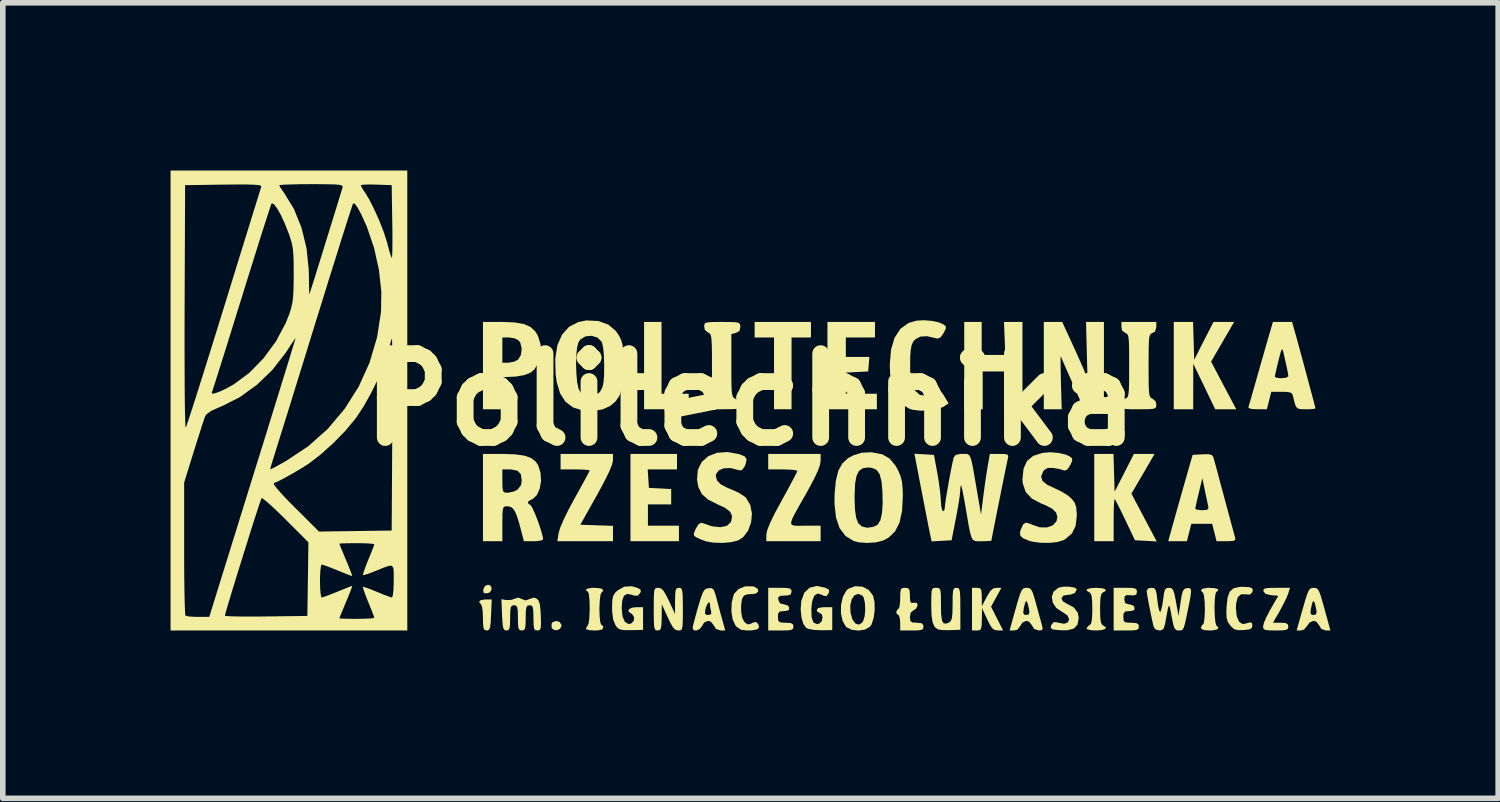
<source format=kicad_pcb>
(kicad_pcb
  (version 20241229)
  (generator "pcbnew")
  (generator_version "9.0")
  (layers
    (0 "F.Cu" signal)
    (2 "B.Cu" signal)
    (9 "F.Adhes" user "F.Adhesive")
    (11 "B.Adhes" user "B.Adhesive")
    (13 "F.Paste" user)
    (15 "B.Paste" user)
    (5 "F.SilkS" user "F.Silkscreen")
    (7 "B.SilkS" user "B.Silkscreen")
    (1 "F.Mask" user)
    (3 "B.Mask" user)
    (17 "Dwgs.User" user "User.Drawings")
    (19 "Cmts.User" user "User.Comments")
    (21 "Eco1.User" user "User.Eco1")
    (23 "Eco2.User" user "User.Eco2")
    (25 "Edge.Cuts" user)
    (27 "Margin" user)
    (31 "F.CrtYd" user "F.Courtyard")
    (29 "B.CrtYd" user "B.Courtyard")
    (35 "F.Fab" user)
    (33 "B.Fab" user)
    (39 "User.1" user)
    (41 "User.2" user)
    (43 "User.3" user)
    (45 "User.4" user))
  (footprint "Politechnika"
    (layer "F.Cu")
    (at 10.375 4.095)
    (property "Reference" "Politechnika" (at 0 0 0) (layer "F.SilkS") (effects (font (size 1.5 1.5) (thickness 0.3))))
    (attr board_only exclude_from_pos_files exclude_from_bom)
    (fp_poly (pts (xy -4.651 3.329) (xy -4.632 3.383) (xy -4.661 3.445) (xy -4.713 3.464) (xy -4.773 3.461) (xy -4.785 3.416) (xy -4.783 3.395) (xy -4.752 3.333) (xy -4.699 3.311)) (stroke (width 0) (type solid)) (fill yes) (layer "F.SilkS"))
    (fp_poly (pts (xy -3.418 3.977) (xy -3.384 4.033) (xy -3.383 4.043) (xy -3.41 4.1) (xy -3.47 4.125) (xy -3.532 4.113) (xy -3.561 4.077) (xy -3.562 4.01) (xy -3.548 3.985) (xy -3.483 3.958)) (stroke (width 0) (type solid)) (fill yes) (layer "F.SilkS"))
    (fp_poly (pts (xy -1.596 -0.746) (xy -1.596 -0.104) (xy -1.353 -0.104) (xy -1.11 -0.104) (xy -1.11 0.035) (xy -1.11 0.173) (xy -1.509 0.173) (xy -1.908 0.173) (xy -1.908 -0.607) (xy -1.908 -1.388) (xy -1.752 -1.388) (xy -1.596 -1.388)) (stroke (width 0) (type solid)) (fill yes) (layer "F.SilkS"))
    (fp_poly (pts (xy 1.076 -1.249) (xy 1.076 -1.11) (xy 0.902 -1.11) (xy 0.729 -1.11) (xy 0.729 -0.468) (xy 0.729 0.173) (xy 0.573 0.173) (xy 0.416 0.173) (xy 0.416 -0.468) (xy 0.416 -1.11) (xy 0.243 -1.11) (xy 0.069 -1.11) (xy 0.069 -1.249) (xy 0.069 -1.388) (xy 0.573 -1.388) (xy 1.076 -1.388)) (stroke (width 0) (type solid)) (fill yes) (layer "F.SilkS"))
    (fp_poly (pts (xy -4.644 3.852) (xy -4.651 3.99) (xy -4.662 4.074) (xy -4.68 4.115) (xy -4.709 4.129) (xy -4.722 4.129) (xy -4.758 4.121) (xy -4.778 4.088) (xy -4.787 4.013) (xy -4.789 3.906) (xy -4.794 3.787) (xy -4.807 3.698) (xy -4.823 3.661) (xy -4.859 3.62) (xy -4.832 3.588) (xy -4.753 3.574) (xy -4.745 3.574) (xy -4.632 3.574)) (stroke (width 0) (type solid)) (fill yes) (layer "F.SilkS"))
    (fp_poly (pts (xy -1.319 1.11) (xy -1.319 1.249) (xy -1.581 1.249) (xy -1.843 1.249) (xy -1.832 1.414) (xy -1.822 1.579) (xy -1.622 1.589) (xy -1.423 1.6) (xy -1.423 1.737) (xy -1.423 1.874) (xy -1.631 1.874) (xy -1.839 1.874) (xy -1.839 2.065) (xy -1.839 2.255) (xy -1.561 2.255) (xy -1.284 2.255) (xy -1.284 2.394) (xy -1.284 2.533) (xy -1.718 2.533) (xy -2.151 2.533) (xy -2.151 1.752) (xy -2.151 0.972) (xy -1.735 0.972) (xy -1.319 0.972)) (stroke (width 0) (type solid)) (fill yes) (layer "F.SilkS"))
    (fp_poly (pts (xy 1.796 -1.388) (xy 2.221 -1.388) (xy 2.221 -1.249) (xy 2.221 -1.11) (xy 1.961 -1.11) (xy 1.7 -1.11) (xy 1.7 -0.937) (xy 1.7 -0.763) (xy 1.911 -0.763) (xy 2.121 -0.763) (xy 2.11 -0.633) (xy 2.099 -0.503) (xy 1.9 -0.493) (xy 1.7 -0.482) (xy 1.7 -0.293) (xy 1.7 -0.104) (xy 1.978 -0.104) (xy 2.255 -0.104) (xy 2.255 0.035) (xy 2.255 0.173) (xy 1.813 0.173) (xy 1.371 0.173) (xy 1.371 -0.607) (xy 1.371 -1.388)) (stroke (width 0) (type solid)) (fill yes) (layer "F.SilkS"))
    (fp_poly (pts (xy 4.693 -1.388) (xy 4.858 -1.388) (xy 4.858 -0.607) (xy 4.858 0.173) (xy 4.693 0.174) (xy 4.528 0.174) (xy 4.528 -0.165) (xy 4.528 -0.503) (xy 4.337 -0.503) (xy 4.147 -0.503) (xy 4.147 -0.165) (xy 4.147 0.174) (xy 3.982 0.174) (xy 3.817 0.173) (xy 3.817 -0.607) (xy 3.817 -1.388) (xy 3.973 -1.388) (xy 4.129 -1.388) (xy 4.129 -1.093) (xy 4.129 -0.798) (xy 4.34 -0.798) (xy 4.551 -0.798) (xy 4.54 -1.093) (xy 4.528 -1.388)) (stroke (width 0) (type solid)) (fill yes) (layer "F.SilkS"))
    (fp_poly (pts (xy 7.919 -1.05) (xy 7.929 -0.711) (xy 8.101 -1.05) (xy 8.274 -1.388) (xy 8.459 -1.388) (xy 8.643 -1.388) (xy 8.548 -1.223) (xy 8.474 -1.097) (xy 8.39 -0.951) (xy 8.341 -0.868) (xy 8.231 -0.678) (xy 8.456 -0.252) (xy 8.681 0.173) (xy 8.493 0.173) (xy 8.305 0.173) (xy 8.109 -0.234) (xy 7.912 -0.642) (xy 7.912 -0.234) (xy 7.911 0.173) (xy 7.738 0.173) (xy 7.564 0.173) (xy 7.564 -0.607) (xy 7.564 -1.388) (xy 7.737 -1.388) (xy 7.909 -1.388)) (stroke (width 0) (type solid)) (fill yes) (layer "F.SilkS"))
    (fp_poly (pts (xy 4.095 3.372) (xy 4.121 3.403) (xy 4.13 3.476) (xy 4.131 3.531) (xy 4.132 3.695) (xy 4.218 3.531) (xy 4.279 3.429) (xy 4.332 3.379) (xy 4.392 3.366) (xy 4.481 3.366) (xy 4.389 3.535) (xy 4.297 3.703) (xy 4.404 3.916) (xy 4.512 4.129) (xy 4.416 4.128) (xy 4.358 4.119) (xy 4.312 4.083) (xy 4.265 4.005) (xy 4.228 3.929) (xy 4.135 3.73) (xy 4.132 3.93) (xy 4.128 4.042) (xy 4.116 4.102) (xy 4.089 4.125) (xy 4.042 4.129) (xy 3.956 4.129) (xy 3.956 3.748) (xy 3.956 3.366) (xy 4.042 3.366)) (stroke (width 0) (type solid)) (fill yes) (layer "F.SilkS"))
    (fp_poly (pts (xy 6.496 1.31) (xy 6.506 1.648) (xy 6.679 1.31) (xy 6.851 0.972) (xy 7.036 0.972) (xy 7.22 0.972) (xy 7.125 1.136) (xy 7.052 1.263) (xy 6.967 1.408) (xy 6.918 1.492) (xy 6.807 1.683) (xy 7.033 2.11) (xy 7.259 2.537) (xy 7.065 2.526) (xy 6.87 2.516) (xy 6.699 2.157) (xy 6.63 2.013) (xy 6.57 1.892) (xy 6.527 1.81) (xy 6.509 1.778) (xy 6.501 1.802) (xy 6.494 1.883) (xy 6.49 2.007) (xy 6.489 2.146) (xy 6.489 2.533) (xy 6.315 2.533) (xy 6.142 2.533) (xy 6.142 1.752) (xy 6.142 0.972) (xy 6.314 0.972) (xy 6.486 0.972)) (stroke (width 0) (type solid)) (fill yes) (layer "F.SilkS"))
    (fp_poly (pts (xy 0.068 3.348) (xy 0.128 3.388) (xy 0.131 3.436) (xy 0.087 3.471) (xy 0.022 3.477) (xy -0.067 3.483) (xy -0.124 3.507) (xy -0.158 3.571) (xy -0.173 3.676) (xy -0.172 3.795) (xy -0.153 3.902) (xy -0.119 3.971) (xy -0.067 4.016) (xy -0.022 4.018) (xy 0.036 3.99) (xy 0.095 3.976) (xy 0.137 4.021) (xy 0.149 4.077) (xy 0.111 4.111) (xy 0.014 4.127) (xy -0.07 4.129) (xy -0.179 4.115) (xy -0.256 4.061) (xy -0.275 4.038) (xy -0.324 3.931) (xy -0.347 3.787) (xy -0.341 3.633) (xy -0.307 3.496) (xy -0.295 3.47) (xy -0.216 3.386) (xy -0.099 3.34) (xy 0.033 3.339)) (stroke (width 0) (type solid)) (fill yes) (layer "F.SilkS"))
    (fp_poly (pts (xy 6.315 -0.605) (xy 6.315 0.177) (xy 6.134 0.167) (xy 5.953 0.156) (xy 5.753 -0.295) (xy 5.68 -0.459) (xy 5.618 -0.6) (xy 5.572 -0.707) (xy 5.546 -0.767) (xy 5.543 -0.774) (xy 5.54 -0.752) (xy 5.54 -0.672) (xy 5.541 -0.546) (xy 5.545 -0.384) (xy 5.546 -0.315) (xy 5.56 0.173) (xy 5.4 0.173) (xy 5.24 0.173) (xy 5.24 -0.607) (xy 5.24 -1.388) (xy 5.404 -1.388) (xy 5.569 -1.388) (xy 5.733 -1.032) (xy 5.807 -0.871) (xy 5.876 -0.717) (xy 5.932 -0.59) (xy 5.959 -0.527) (xy 6.021 -0.378) (xy 6.008 -0.883) (xy 5.995 -1.388) (xy 6.155 -1.388) (xy 6.315 -1.388)) (stroke (width 0) (type solid)) (fill yes) (layer "F.SilkS"))
    (fp_poly (pts (xy 9.613 3.461) (xy 9.582 3.54) (xy 9.527 3.653) (xy 9.462 3.774) (xy 9.338 3.99) (xy 9.475 3.99) (xy 9.565 3.996) (xy 9.604 4.021) (xy 9.612 4.06) (xy 9.605 4.097) (xy 9.573 4.118) (xy 9.502 4.127) (xy 9.386 4.129) (xy 9.265 4.127) (xy 9.197 4.118) (xy 9.167 4.096) (xy 9.161 4.057) (xy 9.161 4.055) (xy 9.177 3.99) (xy 9.222 3.886) (xy 9.285 3.765) (xy 9.297 3.744) (xy 9.433 3.508) (xy 9.306 3.498) (xy 9.207 3.476) (xy 9.168 3.429) (xy 9.167 3.427) (xy 9.169 3.395) (xy 9.2 3.376) (xy 9.272 3.368) (xy 9.399 3.366) (xy 9.642 3.366)) (stroke (width 0) (type solid)) (fill yes) (layer "F.SilkS"))
    (fp_poly (pts (xy -2.464 1.084) (xy -2.481 1.165) (xy -2.534 1.294) (xy -2.624 1.475) (xy -2.751 1.71) (xy -2.756 1.718) (xy -3.048 2.238) (xy -2.756 2.248) (xy -2.464 2.258) (xy -2.464 2.396) (xy -2.464 2.533) (xy -2.961 2.533) (xy -3.459 2.533) (xy -3.436 2.386) (xy -3.409 2.294) (xy -3.35 2.155) (xy -3.265 1.981) (xy -3.159 1.782) (xy -3.147 1.761) (xy -3.056 1.597) (xy -2.978 1.455) (xy -2.92 1.346) (xy -2.886 1.281) (xy -2.88 1.266) (xy -2.912 1.258) (xy -2.996 1.252) (xy -3.116 1.249) (xy -3.14 1.249) (xy -3.401 1.249) (xy -3.401 1.11) (xy -3.401 0.972) (xy -2.932 0.972) (xy -2.464 0.972)) (stroke (width 0) (type solid)) (fill yes) (layer "F.SilkS"))
    (fp_poly (pts (xy 6.285 3.374) (xy 6.343 3.394) (xy 6.344 3.422) (xy 6.298 3.448) (xy 6.27 3.475) (xy 6.254 3.54) (xy 6.247 3.654) (xy 6.246 3.743) (xy 6.249 3.89) (xy 6.26 3.98) (xy 6.281 4.026) (xy 6.298 4.038) (xy 6.349 4.071) (xy 6.339 4.101) (xy 6.274 4.122) (xy 6.177 4.129) (xy 6.077 4.123) (xy 6.014 4.106) (xy 6.003 4.093) (xy 6.031 4.051) (xy 6.055 4.038) (xy 6.083 4.01) (xy 6.099 3.946) (xy 6.106 3.831) (xy 6.107 3.743) (xy 6.104 3.596) (xy 6.093 3.505) (xy 6.072 3.459) (xy 6.055 3.448) (xy 6.004 3.416) (xy 6.016 3.389) (xy 6.085 3.371) (xy 6.177 3.366)) (stroke (width 0) (type solid)) (fill yes) (layer "F.SilkS"))
    (fp_poly (pts (xy 8.3 3.373) (xy 8.355 3.39) (xy 8.363 3.401) (xy 8.336 3.434) (xy 8.328 3.435) (xy 8.311 3.468) (xy 8.299 3.557) (xy 8.293 3.692) (xy 8.293 3.728) (xy 8.297 3.864) (xy 8.307 3.972) (xy 8.322 4.035) (xy 8.328 4.042) (xy 8.364 4.082) (xy 8.337 4.112) (xy 8.253 4.128) (xy 8.206 4.129) (xy 8.104 4.122) (xy 8.057 4.099) (xy 8.05 4.077) (xy 8.069 4.031) (xy 8.085 4.025) (xy 8.102 3.993) (xy 8.114 3.904) (xy 8.12 3.773) (xy 8.12 3.75) (xy 8.116 3.618) (xy 8.105 3.514) (xy 8.089 3.457) (xy 8.085 3.453) (xy 8.049 3.413) (xy 8.076 3.383) (xy 8.16 3.367) (xy 8.206 3.366)) (stroke (width 0) (type solid)) (fill yes) (layer "F.SilkS"))
    (fp_poly (pts (xy 8.909 3.354) (xy 8.966 3.374) (xy 8.976 3.416) (xy 8.967 3.447) (xy 8.925 3.487) (xy 8.862 3.483) (xy 8.768 3.481) (xy 8.708 3.534) (xy 8.679 3.645) (xy 8.675 3.732) (xy 8.69 3.875) (xy 8.731 3.972) (xy 8.793 4.014) (xy 8.844 4.007) (xy 8.926 3.983) (xy 8.962 3.996) (xy 8.97 4.042) (xy 8.958 4.086) (xy 8.913 4.11) (xy 8.816 4.122) (xy 8.809 4.122) (xy 8.703 4.123) (xy 8.636 4.101) (xy 8.58 4.046) (xy 8.571 4.036) (xy 8.529 3.972) (xy 8.508 3.9) (xy 8.504 3.799) (xy 8.508 3.704) (xy 8.526 3.54) (xy 8.565 3.434) (xy 8.633 3.374) (xy 8.739 3.35) (xy 8.795 3.348)) (stroke (width 0) (type solid)) (fill yes) (layer "F.SilkS"))
    (fp_poly (pts (xy -2.689 3.375) (xy -2.639 3.4) (xy -2.65 3.436) (xy -2.672 3.453) (xy -2.688 3.495) (xy -2.7 3.589) (xy -2.706 3.715) (xy -2.707 3.75) (xy -2.702 3.886) (xy -2.691 3.982) (xy -2.675 4.024) (xy -2.672 4.025) (xy -2.641 4.053) (xy -2.637 4.077) (xy -2.658 4.111) (xy -2.727 4.127) (xy -2.793 4.129) (xy -2.886 4.123) (xy -2.942 4.106) (xy -2.949 4.097) (xy -2.924 4.05) (xy -2.915 4.042) (xy -2.899 4) (xy -2.887 3.906) (xy -2.881 3.778) (xy -2.88 3.728) (xy -2.884 3.585) (xy -2.895 3.484) (xy -2.91 3.437) (xy -2.915 3.435) (xy -2.948 3.409) (xy -2.949 3.401) (xy -2.918 3.38) (xy -2.84 3.367) (xy -2.793 3.366)) (stroke (width 0) (type solid)) (fill yes) (layer "F.SilkS"))
    (fp_poly (pts (xy 0.637 3.368) (xy 0.7 3.38) (xy 0.725 3.405) (xy 0.729 3.435) (xy 0.715 3.483) (xy 0.663 3.502) (xy 0.605 3.505) (xy 0.523 3.51) (xy 0.492 3.535) (xy 0.492 3.582) (xy 0.523 3.644) (xy 0.589 3.66) (xy 0.665 3.683) (xy 0.687 3.722) (xy 0.68 3.765) (xy 0.625 3.781) (xy 0.592 3.782) (xy 0.518 3.79) (xy 0.489 3.829) (xy 0.486 3.886) (xy 0.491 3.953) (xy 0.521 3.983) (xy 0.595 3.99) (xy 0.625 3.99) (xy 0.715 3.996) (xy 0.756 4.02) (xy 0.763 4.06) (xy 0.756 4.097) (xy 0.725 4.118) (xy 0.654 4.127) (xy 0.538 4.129) (xy 0.312 4.129) (xy 0.312 3.748) (xy 0.312 3.366) (xy 0.52 3.366)) (stroke (width 0) (type solid)) (fill yes) (layer "F.SilkS"))
    (fp_poly (pts (xy 6.813 3.368) (xy 6.876 3.379) (xy 6.901 3.404) (xy 6.905 3.438) (xy 6.894 3.487) (xy 6.847 3.502) (xy 6.792 3.499) (xy 6.715 3.497) (xy 6.684 3.524) (xy 6.68 3.573) (xy 6.694 3.639) (xy 6.752 3.66) (xy 6.766 3.66) (xy 6.841 3.683) (xy 6.864 3.722) (xy 6.856 3.765) (xy 6.801 3.781) (xy 6.769 3.782) (xy 6.694 3.79) (xy 6.666 3.829) (xy 6.662 3.886) (xy 6.668 3.953) (xy 6.697 3.983) (xy 6.771 3.99) (xy 6.801 3.99) (xy 6.892 3.996) (xy 6.932 4.02) (xy 6.94 4.06) (xy 6.933 4.097) (xy 6.902 4.118) (xy 6.831 4.127) (xy 6.714 4.129) (xy 6.489 4.129) (xy 6.489 3.748) (xy 6.489 3.366) (xy 6.697 3.366)) (stroke (width 0) (type solid)) (fill yes) (layer "F.SilkS"))
    (fp_poly (pts (xy -4.45 -1.388) (xy -4.228 -1.38) (xy -4.062 -1.352) (xy -3.942 -1.301) (xy -3.855 -1.221) (xy -3.808 -1.145) (xy -3.758 -0.986) (xy -3.755 -0.819) (xy -3.794 -0.663) (xy -3.871 -0.537) (xy -3.942 -0.479) (xy -4.049 -0.438) (xy -4.19 -0.413) (xy -4.246 -0.409) (xy -4.442 -0.401) (xy -4.442 -0.114) (xy -4.442 0.173) (xy -4.615 0.173) (xy -4.789 0.173) (xy -4.789 -0.607) (xy -4.789 -0.885) (xy -4.442 -0.885) (xy -4.442 -0.659) (xy -4.331 -0.659) (xy -4.232 -0.677) (xy -4.158 -0.717) (xy -4.109 -0.801) (xy -4.096 -0.912) (xy -4.121 -1.016) (xy -4.149 -1.056) (xy -4.22 -1.094) (xy -4.318 -1.11) (xy -4.323 -1.11) (xy -4.442 -1.11) (xy -4.442 -0.885) (xy -4.789 -0.885) (xy -4.789 -1.388)) (stroke (width 0) (type solid)) (fill yes) (layer "F.SilkS"))
    (fp_poly (pts (xy 1.331 3.364) (xy 1.335 3.366) (xy 1.397 3.398) (xy 1.402 3.44) (xy 1.388 3.469) (xy 1.351 3.517) (xy 1.301 3.507) (xy 1.283 3.496) (xy 1.198 3.468) (xy 1.136 3.506) (xy 1.097 3.609) (xy 1.083 3.737) (xy 1.088 3.892) (xy 1.12 3.985) (xy 1.182 4.015) (xy 1.227 4.005) (xy 1.269 3.962) (xy 1.283 3.897) (xy 1.27 3.839) (xy 1.232 3.817) (xy 1.186 3.789) (xy 1.18 3.765) (xy 1.203 3.729) (xy 1.279 3.714) (xy 1.319 3.713) (xy 1.457 3.713) (xy 1.457 3.917) (xy 1.457 4.122) (xy 1.255 4.125) (xy 1.128 4.119) (xy 1.029 4.1) (xy 0.991 4.083) (xy 0.939 4.009) (xy 0.905 3.889) (xy 0.892 3.745) (xy 0.904 3.601) (xy 0.957 3.455) (xy 1.049 3.365) (xy 1.176 3.333)) (stroke (width 0) (type solid)) (fill yes) (layer "F.SilkS"))
    (fp_poly (pts (xy 1.994 3.345) (xy 2.108 3.403) (xy 2.187 3.506) (xy 2.188 3.509) (xy 2.213 3.622) (xy 2.216 3.762) (xy 2.198 3.902) (xy 2.162 4.016) (xy 2.135 4.059) (xy 2.046 4.112) (xy 1.926 4.131) (xy 1.804 4.117) (xy 1.708 4.068) (xy 1.704 4.064) (xy 1.642 3.96) (xy 1.612 3.821) (xy 1.614 3.686) (xy 1.779 3.686) (xy 1.784 3.811) (xy 1.817 3.929) (xy 1.87 4.003) (xy 1.931 4.025) (xy 1.991 3.989) (xy 2.011 3.958) (xy 2.037 3.871) (xy 2.047 3.755) (xy 2.041 3.638) (xy 2.02 3.544) (xy 1.997 3.506) (xy 1.92 3.473) (xy 1.854 3.5) (xy 1.804 3.574) (xy 1.779 3.686) (xy 1.614 3.686) (xy 1.615 3.669) (xy 1.647 3.527) (xy 1.708 3.417) (xy 1.744 3.384) (xy 1.866 3.337)) (stroke (width 0) (type solid)) (fill yes) (layer "F.SilkS"))
    (fp_poly (pts (xy 5.771 3.358) (xy 5.823 3.381) (xy 5.829 3.393) (xy 5.797 3.458) (xy 5.713 3.489) (xy 5.674 3.49) (xy 5.587 3.507) (xy 5.555 3.553) (xy 5.581 3.608) (xy 5.645 3.646) (xy 5.777 3.718) (xy 5.848 3.812) (xy 5.864 3.907) (xy 5.843 4.023) (xy 5.777 4.095) (xy 5.658 4.125) (xy 5.593 4.126) (xy 5.486 4.121) (xy 5.406 4.111) (xy 5.387 4.106) (xy 5.362 4.073) (xy 5.379 4.023) (xy 5.419 3.979) (xy 5.482 3.984) (xy 5.5 3.991) (xy 5.605 4.009) (xy 5.671 3.983) (xy 5.692 3.928) (xy 5.664 3.863) (xy 5.58 3.802) (xy 5.568 3.797) (xy 5.462 3.726) (xy 5.4 3.631) (xy 5.383 3.528) (xy 5.414 3.435) (xy 5.496 3.368) (xy 5.509 3.362) (xy 5.589 3.346) (xy 5.684 3.346)) (stroke (width 0) (type solid)) (fill yes) (layer "F.SilkS"))
    (fp_poly (pts (xy 10.106 3.37) (xy 10.137 3.389) (xy 10.165 3.436) (xy 10.196 3.521) (xy 10.235 3.657) (xy 10.26 3.748) (xy 10.365 4.129) (xy 10.282 4.129) (xy 10.203 4.101) (xy 10.167 4.042) (xy 10.114 3.972) (xy 10.063 3.956) (xy 9.993 3.987) (xy 9.952 4.042) (xy 9.892 4.114) (xy 9.837 4.129) (xy 9.76 4.129) (xy 9.849 3.816) (xy 10.008 3.816) (xy 10.028 3.847) (xy 10.063 3.852) (xy 10.107 3.841) (xy 10.118 3.798) (xy 10.109 3.739) (xy 10.086 3.641) (xy 10.066 3.605) (xy 10.05 3.612) (xy 10.036 3.652) (xy 10.018 3.732) (xy 10.017 3.739) (xy 10.008 3.816) (xy 9.849 3.816) (xy 9.868 3.748) (xy 9.916 3.583) (xy 9.951 3.474) (xy 9.981 3.409) (xy 10.01 3.377) (xy 10.045 3.367) (xy 10.066 3.366)) (stroke (width 0) (type solid)) (fill yes) (layer "F.SilkS"))
    (fp_poly (pts (xy -2.032 3.365) (xy -1.971 3.397) (xy -1.967 3.436) (xy -1.982 3.464) (xy -2.023 3.507) (xy -2.079 3.506) (xy -2.121 3.492) (xy -2.211 3.475) (xy -2.269 3.509) (xy -2.299 3.598) (xy -2.308 3.731) (xy -2.293 3.878) (xy -2.252 3.974) (xy -2.189 4.013) (xy -2.14 4.005) (xy -2.093 3.958) (xy -2.086 3.891) (xy -2.121 3.836) (xy -2.134 3.829) (xy -2.187 3.791) (xy -2.181 3.751) (xy -2.124 3.721) (xy -2.056 3.713) (xy -1.926 3.713) (xy -1.926 3.916) (xy -1.926 4.119) (xy -2.143 4.123) (xy -2.265 4.122) (xy -2.338 4.111) (xy -2.384 4.081) (xy -2.42 4.034) (xy -2.462 3.929) (xy -2.48 3.774) (xy -2.48 3.719) (xy -2.477 3.593) (xy -2.462 3.514) (xy -2.429 3.458) (xy -2.383 3.414) (xy -2.262 3.345) (xy -2.128 3.338)) (stroke (width 0) (type solid)) (fill yes) (layer "F.SilkS"))
    (fp_poly (pts (xy 1.249 1.096) (xy 1.237 1.172) (xy 1.198 1.278) (xy 1.13 1.423) (xy 1.027 1.614) (xy 0.991 1.679) (xy 0.876 1.881) (xy 0.793 2.03) (xy 0.741 2.133) (xy 0.72 2.2) (xy 0.73 2.237) (xy 0.771 2.253) (xy 0.842 2.257) (xy 0.942 2.256) (xy 0.968 2.255) (xy 1.249 2.255) (xy 1.249 2.394) (xy 1.249 2.533) (xy 0.763 2.533) (xy 0.278 2.533) (xy 0.278 2.417) (xy 0.294 2.336) (xy 0.343 2.211) (xy 0.428 2.036) (xy 0.551 1.809) (xy 0.555 1.801) (xy 0.648 1.632) (xy 0.727 1.485) (xy 0.788 1.369) (xy 0.825 1.296) (xy 0.833 1.275) (xy 0.801 1.263) (xy 0.717 1.254) (xy 0.597 1.249) (xy 0.573 1.249) (xy 0.312 1.249) (xy 0.312 1.11) (xy 0.312 0.972) (xy 0.781 0.972) (xy 1.249 0.972)) (stroke (width 0) (type solid)) (fill yes) (layer "F.SilkS"))
    (fp_poly (pts (xy 2.814 3.373) (xy 2.839 3.408) (xy 2.845 3.489) (xy 2.845 3.509) (xy 2.849 3.598) (xy 2.868 3.635) (xy 2.909 3.635) (xy 2.915 3.633) (xy 2.97 3.635) (xy 2.984 3.679) (xy 2.955 3.74) (xy 2.915 3.765) (xy 2.859 3.81) (xy 2.845 3.889) (xy 2.852 3.957) (xy 2.887 3.985) (xy 2.967 3.99) (xy 3.051 3.998) (xy 3.084 4.029) (xy 3.088 4.06) (xy 3.081 4.099) (xy 3.047 4.12) (xy 2.972 4.128) (xy 2.88 4.129) (xy 2.672 4.129) (xy 2.672 3.99) (xy 2.664 3.904) (xy 2.645 3.855) (xy 2.637 3.852) (xy 2.606 3.824) (xy 2.602 3.8) (xy 2.621 3.753) (xy 2.637 3.748) (xy 2.656 3.716) (xy 2.669 3.635) (xy 2.672 3.557) (xy 2.674 3.447) (xy 2.686 3.39) (xy 2.715 3.369) (xy 2.759 3.366)) (stroke (width 0) (type solid)) (fill yes) (layer "F.SilkS"))
    (fp_poly (pts (xy -0.696 3.373) (xy -0.66 3.405) (xy -0.632 3.484) (xy -0.624 3.511) (xy -0.594 3.625) (xy -0.555 3.772) (xy -0.521 3.895) (xy -0.456 4.129) (xy -0.541 4.129) (xy -0.621 4.102) (xy -0.659 4.042) (xy -0.712 3.972) (xy -0.763 3.956) (xy -0.834 3.988) (xy -0.867 4.042) (xy -0.909 4.099) (xy -0.968 4.129) (xy -1.019 4.126) (xy -1.04 4.086) (xy -1.031 4.036) (xy -1.005 3.936) (xy -0.975 3.825) (xy -0.82 3.825) (xy -0.792 3.85) (xy -0.76 3.852) (xy -0.707 3.837) (xy -0.708 3.797) (xy -0.725 3.716) (xy -0.729 3.668) (xy -0.739 3.623) (xy -0.763 3.634) (xy -0.792 3.691) (xy -0.812 3.756) (xy -0.82 3.825) (xy -0.975 3.825) (xy -0.969 3.802) (xy -0.943 3.713) (xy -0.898 3.561) (xy -0.863 3.464) (xy -0.831 3.408) (xy -0.797 3.382) (xy -0.755 3.372)) (stroke (width 0) (type solid)) (fill yes) (layer "F.SilkS"))
    (fp_poly (pts (xy 3.709 3.37) (xy 3.729 3.392) (xy 3.74 3.442) (xy 3.746 3.534) (xy 3.747 3.679) (xy 3.748 3.741) (xy 3.748 4.117) (xy 3.541 4.123) (xy 3.42 4.122) (xy 3.346 4.109) (xy 3.3 4.076) (xy 3.281 4.052) (xy 3.251 3.98) (xy 3.233 3.865) (xy 3.227 3.694) (xy 3.227 3.67) (xy 3.228 3.525) (xy 3.233 3.435) (xy 3.245 3.388) (xy 3.27 3.369) (xy 3.31 3.366) (xy 3.314 3.366) (xy 3.355 3.368) (xy 3.381 3.385) (xy 3.394 3.429) (xy 3.4 3.514) (xy 3.401 3.653) (xy 3.401 3.675) (xy 3.404 3.841) (xy 3.418 3.946) (xy 3.446 3.999) (xy 3.492 4.007) (xy 3.548 3.985) (xy 3.578 3.958) (xy 3.597 3.906) (xy 3.606 3.815) (xy 3.609 3.67) (xy 3.609 3.66) (xy 3.61 3.517) (xy 3.616 3.429) (xy 3.63 3.384) (xy 3.655 3.368) (xy 3.678 3.366)) (stroke (width 0) (type solid)) (fill yes) (layer "F.SilkS"))
    (fp_poly (pts (xy 4.979 3.371) (xy 5.013 3.396) (xy 5.042 3.453) (xy 5.075 3.557) (xy 5.097 3.635) (xy 5.136 3.779) (xy 5.173 3.912) (xy 5.2 4.008) (xy 5.202 4.016) (xy 5.22 4.093) (xy 5.205 4.123) (xy 5.15 4.129) (xy 5.069 4.102) (xy 5.031 4.042) (xy 4.978 3.972) (xy 4.927 3.956) (xy 4.857 3.988) (xy 4.823 4.042) (xy 4.768 4.115) (xy 4.709 4.129) (xy 4.628 4.129) (xy 4.715 3.816) (xy 4.872 3.816) (xy 4.893 3.847) (xy 4.927 3.852) (xy 4.972 3.841) (xy 4.982 3.798) (xy 4.974 3.739) (xy 4.951 3.641) (xy 4.93 3.605) (xy 4.915 3.612) (xy 4.901 3.652) (xy 4.882 3.732) (xy 4.881 3.739) (xy 4.872 3.816) (xy 4.715 3.816) (xy 4.734 3.748) (xy 4.781 3.583) (xy 4.816 3.475) (xy 4.845 3.41) (xy 4.874 3.378) (xy 4.909 3.367) (xy 4.932 3.366)) (stroke (width 0) (type solid)) (fill yes) (layer "F.SilkS"))
    (fp_poly (pts (xy -1.254 3.37) (xy -1.234 3.391) (xy -1.222 3.441) (xy -1.216 3.532) (xy -1.215 3.676) (xy -1.214 3.748) (xy -1.215 3.914) (xy -1.218 4.024) (xy -1.227 4.088) (xy -1.243 4.119) (xy -1.27 4.128) (xy -1.296 4.129) (xy -1.345 4.118) (xy -1.389 4.077) (xy -1.438 3.992) (xy -1.484 3.895) (xy -1.591 3.661) (xy -1.593 3.895) (xy -1.597 4.02) (xy -1.607 4.091) (xy -1.628 4.122) (xy -1.665 4.129) (xy -1.666 4.129) (xy -1.696 4.125) (xy -1.716 4.104) (xy -1.728 4.054) (xy -1.733 3.963) (xy -1.735 3.819) (xy -1.735 3.748) (xy -1.734 3.581) (xy -1.731 3.472) (xy -1.723 3.407) (xy -1.706 3.377) (xy -1.679 3.367) (xy -1.654 3.366) (xy -1.605 3.377) (xy -1.56 3.42) (xy -1.509 3.507) (xy -1.463 3.6) (xy -1.354 3.834) (xy -1.354 3.6) (xy -1.351 3.475) (xy -1.342 3.405) (xy -1.322 3.373) (xy -1.285 3.366) (xy -1.284 3.366)) (stroke (width 0) (type solid)) (fill yes) (layer "F.SilkS"))
    (fp_poly (pts (xy 3.238 -1.407) (xy 3.368 -1.379) (xy 3.45 -1.342) (xy 3.487 -1.308) (xy 3.488 -1.269) (xy 3.454 -1.199) (xy 3.446 -1.186) (xy 3.393 -1.111) (xy 3.341 -1.09) (xy 3.314 -1.095) (xy 3.155 -1.133) (xy 3.036 -1.127) (xy 2.95 -1.083) (xy 2.904 -1.036) (xy 2.876 -0.973) (xy 2.859 -0.877) (xy 2.851 -0.767) (xy 2.85 -0.504) (xy 2.878 -0.303) (xy 2.936 -0.162) (xy 3.023 -0.084) (xy 3.139 -0.068) (xy 3.284 -0.115) (xy 3.295 -0.121) (xy 3.361 -0.15) (xy 3.402 -0.143) (xy 3.443 -0.089) (xy 3.466 -0.051) (xy 3.537 0.069) (xy 3.446 0.129) (xy 3.341 0.171) (xy 3.195 0.194) (xy 3.038 0.199) (xy 2.897 0.183) (xy 2.828 0.161) (xy 2.688 0.07) (xy 2.588 -0.061) (xy 2.523 -0.237) (xy 2.491 -0.466) (xy 2.486 -0.629) (xy 2.508 -0.894) (xy 2.572 -1.107) (xy 2.676 -1.266) (xy 2.82 -1.369) (xy 2.957 -1.41) (xy 3.092 -1.419)) (stroke (width 0) (type solid)) (fill yes) (layer "F.SilkS"))
    (fp_poly (pts (xy 7.252 -1.298) (xy 7.229 -1.217) (xy 7.183 -1.19) (xy 7.157 -1.179) (xy 7.139 -1.157) (xy 7.126 -1.113) (xy 7.119 -1.036) (xy 7.115 -0.916) (xy 7.114 -0.743) (xy 7.113 -0.606) (xy 7.114 -0.395) (xy 7.116 -0.244) (xy 7.121 -0.141) (xy 7.13 -0.077) (xy 7.145 -0.041) (xy 7.166 -0.024) (xy 7.183 -0.017) (xy 7.241 0.034) (xy 7.252 0.089) (xy 7.249 0.129) (xy 7.232 0.154) (xy 7.187 0.167) (xy 7.101 0.172) (xy 6.961 0.173) (xy 6.94 0.173) (xy 6.792 0.173) (xy 6.7 0.168) (xy 6.651 0.156) (xy 6.631 0.133) (xy 6.628 0.095) (xy 6.628 0.089) (xy 6.654 0.01) (xy 6.697 -0.017) (xy 6.723 -0.029) (xy 6.741 -0.053) (xy 6.754 -0.099) (xy 6.761 -0.177) (xy 6.765 -0.298) (xy 6.766 -0.471) (xy 6.766 -0.606) (xy 6.766 -0.816) (xy 6.764 -0.967) (xy 6.759 -1.069) (xy 6.75 -1.133) (xy 6.735 -1.168) (xy 6.714 -1.184) (xy 6.697 -1.19) (xy 6.64 -1.235) (xy 6.628 -1.298) (xy 6.628 -1.388) (xy 6.94 -1.388) (xy 7.252 -1.388)) (stroke (width 0) (type solid)) (fill yes) (layer "F.SilkS"))
    (fp_poly (pts (xy -0.361 -1.387) (xy -0.267 -1.383) (xy -0.215 -1.371) (xy -0.193 -1.348) (xy -0.186 -1.311) (xy -0.186 -1.301) (xy -0.201 -1.227) (xy -0.264 -1.193) (xy -0.347 -1.172) (xy -0.347 -0.609) (xy -0.347 -0.399) (xy -0.345 -0.248) (xy -0.34 -0.146) (xy -0.33 -0.081) (xy -0.315 -0.044) (xy -0.293 -0.023) (xy -0.272 -0.012) (xy -0.21 0.044) (xy -0.191 0.098) (xy -0.192 0.133) (xy -0.21 0.155) (xy -0.257 0.167) (xy -0.347 0.172) (xy -0.493 0.173) (xy -0.509 0.173) (xy -0.66 0.173) (xy -0.755 0.168) (xy -0.807 0.157) (xy -0.828 0.135) (xy -0.833 0.099) (xy -0.833 0.089) (xy -0.806 0.01) (xy -0.763 -0.017) (xy -0.738 -0.029) (xy -0.719 -0.053) (xy -0.707 -0.099) (xy -0.699 -0.177) (xy -0.695 -0.297) (xy -0.694 -0.471) (xy -0.694 -0.607) (xy -0.694 -0.818) (xy -0.697 -0.97) (xy -0.702 -1.073) (xy -0.711 -1.137) (xy -0.726 -1.173) (xy -0.747 -1.191) (xy -0.763 -1.197) (xy -0.822 -1.248) (xy -0.833 -1.304) (xy -0.83 -1.343) (xy -0.813 -1.368) (xy -0.769 -1.381) (xy -0.685 -1.387) (xy -0.547 -1.388) (xy -0.512 -1.388)) (stroke (width 0) (type solid)) (fill yes) (layer "F.SilkS"))
    (fp_poly (pts (xy 8.244 0.991) (xy 8.27 1.025) (xy 8.272 1.031) (xy 8.286 1.082) (xy 8.316 1.19) (xy 8.357 1.341) (xy 8.406 1.526) (xy 8.462 1.731) (xy 8.467 1.752) (xy 8.523 1.959) (xy 8.573 2.146) (xy 8.615 2.301) (xy 8.645 2.413) (xy 8.661 2.47) (xy 8.662 2.472) (xy 8.663 2.508) (xy 8.629 2.527) (xy 8.546 2.533) (xy 8.504 2.533) (xy 8.329 2.533) (xy 8.29 2.377) (xy 8.25 2.221) (xy 8.064 2.221) (xy 7.878 2.221) (xy 7.838 2.377) (xy 7.799 2.533) (xy 7.632 2.533) (xy 7.465 2.533) (xy 7.549 2.229) (xy 7.592 2.076) (xy 7.627 1.952) (xy 7.948 1.952) (xy 7.977 1.969) (xy 8.052 1.978) (xy 8.071 1.978) (xy 8.153 1.973) (xy 8.183 1.95) (xy 8.178 1.9) (xy 8.162 1.824) (xy 8.137 1.709) (xy 8.118 1.614) (xy 8.075 1.405) (xy 8.012 1.666) (xy 7.982 1.793) (xy 7.959 1.893) (xy 7.948 1.948) (xy 7.948 1.952) (xy 7.627 1.952) (xy 7.647 1.88) (xy 7.707 1.668) (xy 7.765 1.463) (xy 7.767 1.457) (xy 7.901 0.989) (xy 8.077 0.979) (xy 8.185 0.977)) (stroke (width 0) (type solid)) (fill yes) (layer "F.SilkS"))
    (fp_poly (pts (xy -3.825 3.561) (xy -3.792 3.598) (xy -3.771 3.667) (xy -3.759 3.784) (xy -3.755 3.864) (xy -3.751 3.998) (xy -3.755 4.077) (xy -3.769 4.116) (xy -3.797 4.128) (xy -3.815 4.129) (xy -3.854 4.123) (xy -3.875 4.092) (xy -3.884 4.023) (xy -3.886 3.904) (xy -3.889 3.782) (xy -3.898 3.714) (xy -3.92 3.684) (xy -3.956 3.678) (xy -3.993 3.685) (xy -4.014 3.716) (xy -4.023 3.787) (xy -4.025 3.904) (xy -4.027 4.026) (xy -4.037 4.094) (xy -4.059 4.123) (xy -4.095 4.129) (xy -4.132 4.122) (xy -4.153 4.091) (xy -4.162 4.02) (xy -4.164 3.904) (xy -4.166 3.782) (xy -4.176 3.714) (xy -4.198 3.684) (xy -4.233 3.678) (xy -4.271 3.685) (xy -4.292 3.716) (xy -4.301 3.787) (xy -4.303 3.904) (xy -4.305 4.026) (xy -4.315 4.094) (xy -4.337 4.124) (xy -4.369 4.129) (xy -4.403 4.122) (xy -4.424 4.091) (xy -4.437 4.024) (xy -4.445 3.905) (xy -4.448 3.849) (xy -4.459 3.569) (xy -4.375 3.585) (xy -4.283 3.583) (xy -4.227 3.562) (xy -4.156 3.541) (xy -4.095 3.566) (xy -4.024 3.592) (xy -3.956 3.566) (xy -3.879 3.541)) (stroke (width 0) (type solid)) (fill yes) (layer "F.SilkS"))
    (fp_poly (pts (xy -0.204 0.977) (xy -0.204 0.977) (xy -0.109 1.016) (xy -0.074 1.068) (xy -0.091 1.151) (xy -0.11 1.197) (xy -0.159 1.262) (xy -0.206 1.265) (xy -0.351 1.226) (xy -0.477 1.227) (xy -0.571 1.264) (xy -0.62 1.333) (xy -0.625 1.366) (xy -0.604 1.447) (xy -0.536 1.516) (xy -0.412 1.581) (xy -0.332 1.613) (xy -0.216 1.666) (xy -0.117 1.729) (xy -0.084 1.758) (xy -0.009 1.885) (xy 0.021 2.038) (xy 0.006 2.197) (xy -0.048 2.345) (xy -0.138 2.462) (xy -0.227 2.519) (xy -0.35 2.55) (xy -0.509 2.563) (xy -0.671 2.558) (xy -0.8 2.535) (xy -0.9 2.498) (xy -0.964 2.468) (xy -1.011 2.438) (xy -1.02 2.402) (xy -0.996 2.337) (xy -0.981 2.306) (xy -0.931 2.224) (xy -0.883 2.203) (xy -0.869 2.207) (xy -0.693 2.266) (xy -0.543 2.282) (xy -0.427 2.258) (xy -0.357 2.192) (xy -0.35 2.176) (xy -0.334 2.083) (xy -0.369 2.006) (xy -0.46 1.936) (xy -0.59 1.875) (xy -0.761 1.79) (xy -0.873 1.692) (xy -0.937 1.567) (xy -0.961 1.434) (xy -0.947 1.259) (xy -0.878 1.117) (xy -0.761 1.013) (xy -0.605 0.952) (xy -0.416 0.938)) (stroke (width 0) (type solid)) (fill yes) (layer "F.SilkS"))
    (fp_poly (pts (xy 2.175 0.945) (xy 2.351 0.979) (xy 2.484 1.056) (xy 2.591 1.186) (xy 2.634 1.264) (xy 2.678 1.366) (xy 2.704 1.47) (xy 2.716 1.599) (xy 2.719 1.73) (xy 2.705 1.994) (xy 2.66 2.2) (xy 2.581 2.356) (xy 2.466 2.468) (xy 2.369 2.52) (xy 2.239 2.553) (xy 2.079 2.564) (xy 1.924 2.552) (xy 1.839 2.529) (xy 1.694 2.439) (xy 1.589 2.3) (xy 1.524 2.109) (xy 1.497 1.864) (xy 1.498 1.752) (xy 1.856 1.752) (xy 1.863 1.963) (xy 1.884 2.114) (xy 1.924 2.213) (xy 1.986 2.269) (xy 2.074 2.29) (xy 2.098 2.29) (xy 2.195 2.275) (xy 2.267 2.239) (xy 2.269 2.237) (xy 2.317 2.159) (xy 2.346 2.035) (xy 2.358 1.857) (xy 2.355 1.653) (xy 2.338 1.465) (xy 2.305 1.336) (xy 2.25 1.257) (xy 2.166 1.221) (xy 2.095 1.214) (xy 2.001 1.229) (xy 1.934 1.277) (xy 1.89 1.368) (xy 1.865 1.509) (xy 1.857 1.708) (xy 1.856 1.752) (xy 1.498 1.752) (xy 1.499 1.688) (xy 1.521 1.452) (xy 1.565 1.274) (xy 1.637 1.142) (xy 1.741 1.047) (xy 1.829 0.999) (xy 1.981 0.951) (xy 2.142 0.942)) (stroke (width 0) (type solid)) (fill yes) (layer "F.SilkS"))
    (fp_poly (pts (xy -2.725 -1.405) (xy -2.546 -1.34) (xy -2.409 -1.223) (xy -2.354 -1.139) (xy -2.317 -1.062) (xy -2.294 -0.983) (xy -2.28 -0.883) (xy -2.275 -0.746) (xy -2.273 -0.607) (xy -2.28 -0.377) (xy -2.304 -0.202) (xy -2.348 -0.069) (xy -2.418 0.033) (xy -2.51 0.112) (xy -2.65 0.176) (xy -2.824 0.203) (xy -3.006 0.193) (xy -3.17 0.144) (xy -3.182 0.138) (xy -3.314 0.038) (xy -3.409 -0.109) (xy -3.47 -0.311) (xy -3.489 -0.451) (xy -3.494 -0.626) (xy -3.124 -0.626) (xy -3.118 -0.458) (xy -3.104 -0.309) (xy -3.081 -0.199) (xy -3.07 -0.172) (xy -3.023 -0.103) (xy -2.96 -0.074) (xy -2.88 -0.069) (xy -2.778 -0.08) (xy -2.712 -0.122) (xy -2.681 -0.163) (xy -2.651 -0.225) (xy -2.633 -0.308) (xy -2.623 -0.429) (xy -2.621 -0.604) (xy -2.621 -0.606) (xy -2.626 -0.786) (xy -2.64 -0.929) (xy -2.66 -1.019) (xy -2.665 -1.032) (xy -2.742 -1.109) (xy -2.847 -1.141) (xy -2.956 -1.13) (xy -3.047 -1.075) (xy -3.082 -1.023) (xy -3.106 -0.93) (xy -3.12 -0.79) (xy -3.124 -0.626) (xy -3.494 -0.626) (xy -3.496 -0.733) (xy -3.458 -0.971) (xy -3.375 -1.161) (xy -3.25 -1.301) (xy -3.083 -1.387) (xy -2.939 -1.415)) (stroke (width 0) (type solid)) (fill yes) (layer "F.SilkS"))
    (fp_poly (pts (xy -4.214 0.979) (xy -4.046 1.003) (xy -3.926 1.046) (xy -3.843 1.113) (xy -3.802 1.175) (xy -3.759 1.308) (xy -3.75 1.454) (xy -3.774 1.593) (xy -3.825 1.708) (xy -3.901 1.779) (xy -3.921 1.787) (xy -3.982 1.822) (xy -3.979 1.862) (xy -3.94 1.886) (xy -3.913 1.923) (xy -3.872 2.009) (xy -3.825 2.124) (xy -3.779 2.251) (xy -3.741 2.37) (xy -3.717 2.464) (xy -3.713 2.5) (xy -3.744 2.519) (xy -3.824 2.531) (xy -3.885 2.533) (xy -4.057 2.533) (xy -4.095 2.386) (xy -4.146 2.195) (xy -4.189 2.063) (xy -4.229 1.978) (xy -4.271 1.931) (xy -4.321 1.911) (xy -4.359 1.908) (xy -4.398 1.911) (xy -4.422 1.929) (xy -4.435 1.975) (xy -4.441 2.063) (xy -4.442 2.206) (xy -4.442 2.221) (xy -4.442 2.533) (xy -4.615 2.533) (xy -4.789 2.533) (xy -4.789 1.752) (xy -4.789 1.457) (xy -4.442 1.457) (xy -4.44 1.573) (xy -4.43 1.635) (xy -4.405 1.66) (xy -4.356 1.666) (xy -4.345 1.666) (xy -4.242 1.646) (xy -4.172 1.612) (xy -4.108 1.53) (xy -4.095 1.445) (xy -4.112 1.334) (xy -4.171 1.272) (xy -4.281 1.25) (xy -4.31 1.249) (xy -4.442 1.249) (xy -4.442 1.457) (xy -4.789 1.457) (xy -4.789 0.972) (xy -4.44 0.972)) (stroke (width 0) (type solid)) (fill yes) (layer "F.SilkS"))
    (fp_poly (pts (xy 5.499 0.954) (xy 5.63 0.983) (xy 5.707 1.019) (xy 5.745 1.053) (xy 5.748 1.093) (xy 5.716 1.165) (xy 5.71 1.176) (xy 5.66 1.252) (xy 5.612 1.27) (xy 5.593 1.264) (xy 5.519 1.242) (xy 5.419 1.224) (xy 5.409 1.223) (xy 5.313 1.222) (xy 5.252 1.256) (xy 5.229 1.285) (xy 5.192 1.375) (xy 5.216 1.455) (xy 5.306 1.527) (xy 5.434 1.586) (xy 5.562 1.647) (xy 5.676 1.719) (xy 5.734 1.77) (xy 5.791 1.843) (xy 5.819 1.921) (xy 5.829 2.031) (xy 5.83 2.078) (xy 5.809 2.257) (xy 5.744 2.392) (xy 5.628 2.493) (xy 5.585 2.516) (xy 5.479 2.548) (xy 5.333 2.563) (xy 5.175 2.56) (xy 5.031 2.54) (xy 4.979 2.526) (xy 4.871 2.481) (xy 4.82 2.435) (xy 4.814 2.374) (xy 4.829 2.323) (xy 4.871 2.231) (xy 4.921 2.2) (xy 4.999 2.222) (xy 5.029 2.237) (xy 5.166 2.284) (xy 5.295 2.287) (xy 5.4 2.25) (xy 5.466 2.177) (xy 5.483 2.102) (xy 5.46 2.021) (xy 5.388 1.95) (xy 5.258 1.884) (xy 5.197 1.86) (xy 5.025 1.77) (xy 4.915 1.65) (xy 4.863 1.496) (xy 4.858 1.422) (xy 4.878 1.234) (xy 4.94 1.098) (xy 5.05 1.007) (xy 5.214 0.954) (xy 5.217 0.953) (xy 5.352 0.942)) (stroke (width 0) (type solid)) (fill yes) (layer "F.SilkS"))
    (fp_poly (pts (xy 7.521 3.372) (xy 7.55 3.402) (xy 7.574 3.469) (xy 7.598 3.587) (xy 7.604 3.617) (xy 7.649 3.869) (xy 7.685 3.626) (xy 7.706 3.497) (xy 7.728 3.422) (xy 7.757 3.385) (xy 7.799 3.372) (xy 7.842 3.37) (xy 7.867 3.387) (xy 7.873 3.434) (xy 7.863 3.523) (xy 7.836 3.664) (xy 7.825 3.719) (xy 7.789 3.892) (xy 7.764 4.007) (xy 7.743 4.078) (xy 7.722 4.114) (xy 7.697 4.127) (xy 7.662 4.129) (xy 7.654 4.129) (xy 7.61 4.123) (xy 7.58 4.095) (xy 7.557 4.032) (xy 7.533 3.917) (xy 7.526 3.878) (xy 7.505 3.763) (xy 7.49 3.699) (xy 7.476 3.687) (xy 7.46 3.733) (xy 7.439 3.839) (xy 7.411 3.999) (xy 7.388 4.086) (xy 7.35 4.123) (xy 7.303 4.129) (xy 7.229 4.106) (xy 7.201 4.051) (xy 7.172 3.921) (xy 7.142 3.775) (xy 7.114 3.633) (xy 7.092 3.513) (xy 7.08 3.433) (xy 7.079 3.416) (xy 7.109 3.376) (xy 7.163 3.366) (xy 7.209 3.371) (xy 7.237 3.399) (xy 7.255 3.463) (xy 7.27 3.579) (xy 7.271 3.591) (xy 7.287 3.702) (xy 7.305 3.777) (xy 7.322 3.799) (xy 7.34 3.758) (xy 7.36 3.669) (xy 7.374 3.574) (xy 7.39 3.458) (xy 7.409 3.395) (xy 7.44 3.37) (xy 7.478 3.366)) (stroke (width 0) (type solid)) (fill yes) (layer "F.SilkS"))
    (fp_poly (pts (xy 9.731 -1.206) (xy 9.762 -1.095) (xy 9.803 -0.946) (xy 9.85 -0.772) (xy 9.901 -0.584) (xy 9.952 -0.394) (xy 10 -0.215) (xy 10.042 -0.058) (xy 10.074 0.064) (xy 10.093 0.14) (xy 10.098 0.158) (xy 10.066 0.167) (xy 9.987 0.173) (xy 9.926 0.173) (xy 9.83 0.172) (xy 9.774 0.156) (xy 9.741 0.11) (xy 9.715 0.02) (xy 9.701 -0.043) (xy 9.683 -0.099) (xy 9.65 -0.127) (xy 9.58 -0.137) (xy 9.494 -0.139) (xy 9.308 -0.139) (xy 9.268 0.017) (xy 9.229 0.173) (xy 9.057 0.173) (xy 8.949 0.168) (xy 8.902 0.149) (xy 8.9 0.13) (xy 8.914 0.083) (xy 8.944 -0.018) (xy 8.984 -0.161) (xy 9.033 -0.331) (xy 9.055 -0.408) (xy 9.37 -0.408) (xy 9.4 -0.391) (xy 9.474 -0.382) (xy 9.49 -0.382) (xy 9.571 -0.391) (xy 9.611 -0.414) (xy 9.612 -0.418) (xy 9.605 -0.473) (xy 9.587 -0.565) (xy 9.579 -0.601) (xy 9.552 -0.721) (xy 9.527 -0.832) (xy 9.523 -0.85) (xy 9.51 -0.895) (xy 9.496 -0.898) (xy 9.477 -0.852) (xy 9.449 -0.747) (xy 9.436 -0.694) (xy 9.405 -0.567) (xy 9.382 -0.467) (xy 9.371 -0.412) (xy 9.37 -0.408) (xy 9.055 -0.408) (xy 9.057 -0.416) (xy 9.114 -0.617) (xy 9.171 -0.815) (xy 9.221 -0.992) (xy 9.261 -1.127) (xy 9.268 -1.154) (xy 9.337 -1.388) (xy 9.508 -1.388) (xy 9.679 -1.388)) (stroke (width 0) (type solid)) (fill yes) (layer "F.SilkS"))
    (fp_poly (pts (xy 3.101 0.979) (xy 3.276 0.989) (xy 3.337 1.319) (xy 3.364 1.484) (xy 3.385 1.644) (xy 3.397 1.773) (xy 3.399 1.811) (xy 3.407 1.912) (xy 3.425 1.981) (xy 3.435 1.995) (xy 3.461 1.983) (xy 3.47 1.93) (xy 3.476 1.864) (xy 3.493 1.749) (xy 3.518 1.602) (xy 3.546 1.44) (xy 3.576 1.283) (xy 3.603 1.147) (xy 3.625 1.051) (xy 3.63 1.032) (xy 3.666 0.989) (xy 3.75 0.972) (xy 3.784 0.972) (xy 3.836 0.971) (xy 3.876 0.975) (xy 3.905 0.994) (xy 3.929 1.036) (xy 3.951 1.111) (xy 3.975 1.227) (xy 4.004 1.394) (xy 4.038 1.592) (xy 4.117 2.056) (xy 4.158 1.73) (xy 4.181 1.555) (xy 4.207 1.375) (xy 4.231 1.223) (xy 4.237 1.188) (xy 4.275 0.972) (xy 4.446 0.972) (xy 4.547 0.974) (xy 4.594 0.987) (xy 4.604 1.019) (xy 4.598 1.05) (xy 4.586 1.105) (xy 4.564 1.212) (xy 4.534 1.359) (xy 4.498 1.534) (xy 4.46 1.725) (xy 4.421 1.919) (xy 4.384 2.105) (xy 4.351 2.271) (xy 4.325 2.403) (xy 4.308 2.491) (xy 4.303 2.522) (xy 4.272 2.528) (xy 4.192 2.532) (xy 4.132 2.533) (xy 4.062 2.534) (xy 4.011 2.529) (xy 3.974 2.509) (xy 3.947 2.464) (xy 3.923 2.385) (xy 3.898 2.261) (xy 3.868 2.084) (xy 3.85 1.978) (xy 3.821 1.813) (xy 3.795 1.674) (xy 3.774 1.576) (xy 3.762 1.531) (xy 3.762 1.53) (xy 3.752 1.55) (xy 3.745 1.618) (xy 3.745 1.634) (xy 3.737 1.716) (xy 3.718 1.847) (xy 3.69 2.007) (xy 3.666 2.134) (xy 3.591 2.516) (xy 3.412 2.526) (xy 3.233 2.536) (xy 3.195 2.353) (xy 3.176 2.257) (xy 3.147 2.108) (xy 3.111 1.924) (xy 3.071 1.718) (xy 3.042 1.569) (xy 2.926 0.968)) (stroke (width 0) (type solid)) (fill yes) (layer "F.SilkS"))
    (fp_poly (pts (xy -6.142 0.017) (xy -6.142 4.129) (xy -8.258 4.129) (xy -10.375 4.129) (xy -10.375 1.484) (xy -10.132 1.484) (xy -10.132 2.662) (xy -10.132 2.941) (xy -10.13 3.198) (xy -10.127 3.425) (xy -10.123 3.613) (xy -10.118 3.754) (xy -10.113 3.84) (xy -10.109 3.863) (xy -10.064 3.876) (xy -9.973 3.884) (xy -9.885 3.886) (xy -9.683 3.886) (xy -9.676 3.865) (xy -9.404 3.865) (xy -9.371 3.871) (xy -9.278 3.876) (xy -9.137 3.879) (xy -8.956 3.88) (xy -8.746 3.879) (xy -8.666 3.878) (xy -7.929 3.869) (xy -7.92 3.244) (xy -7.703 3.244) (xy -7.7 3.378) (xy -7.691 3.48) (xy -7.679 3.534) (xy -7.673 3.539) (xy -7.629 3.527) (xy -7.539 3.494) (xy -7.42 3.447) (xy -7.391 3.435) (xy -7.271 3.386) (xy -7.179 3.35) (xy -7.13 3.332) (xy -7.127 3.331) (xy -7.135 3.361) (xy -7.164 3.44) (xy -7.21 3.554) (xy -7.236 3.616) (xy -7.289 3.744) (xy -7.331 3.844) (xy -7.354 3.903) (xy -7.356 3.911) (xy -7.324 3.916) (xy -7.238 3.919) (xy -7.114 3.921) (xy -7.044 3.921) (xy -6.906 3.919) (xy -6.8 3.914) (xy -6.74 3.906) (xy -6.732 3.901) (xy -6.744 3.862) (xy -6.777 3.776) (xy -6.825 3.658) (xy -6.84 3.622) (xy -6.888 3.5) (xy -6.922 3.406) (xy -6.936 3.354) (xy -6.935 3.349) (xy -6.899 3.356) (xy -6.817 3.385) (xy -6.705 3.43) (xy -6.685 3.438) (xy -6.566 3.487) (xy -6.471 3.523) (xy -6.419 3.539) (xy -6.416 3.539) (xy -6.402 3.507) (xy -6.391 3.422) (xy -6.385 3.299) (xy -6.385 3.242) (xy -6.384 3.102) (xy -6.39 3.015) (xy -6.415 2.973) (xy -6.469 2.972) (xy -6.566 3.006) (xy -6.716 3.067) (xy -6.722 3.07) (xy -6.828 3.111) (xy -6.906 3.135) (xy -6.935 3.139) (xy -6.929 3.104) (xy -6.9 3.02) (xy -6.856 2.905) (xy -6.84 2.867) (xy -6.79 2.744) (xy -6.752 2.647) (xy -6.733 2.593) (xy -6.732 2.588) (xy -6.764 2.579) (xy -6.85 2.572) (xy -6.974 2.568) (xy -7.044 2.568) (xy -7.182 2.569) (xy -7.288 2.571) (xy -7.348 2.575) (xy -7.356 2.577) (xy -7.344 2.612) (xy -7.31 2.695) (xy -7.262 2.811) (xy -7.236 2.872) (xy -7.184 2.998) (xy -7.146 3.096) (xy -7.128 3.151) (xy -7.127 3.158) (xy -7.162 3.145) (xy -7.245 3.113) (xy -7.36 3.066) (xy -7.391 3.054) (xy -7.514 3.004) (xy -7.612 2.968) (xy -7.668 2.95) (xy -7.673 2.949) (xy -7.687 2.981) (xy -7.697 3.067) (xy -7.703 3.19) (xy -7.703 3.244) (xy -7.92 3.244) (xy -7.919 3.211) (xy -7.91 2.553) (xy -8.317 2.145) (xy -8.454 2.011) (xy -8.573 1.898) (xy -8.668 1.815) (xy -8.729 1.768) (xy -8.748 1.762) (xy -8.762 1.799) (xy -8.794 1.892) (xy -8.84 2.033) (xy -8.897 2.21) (xy -8.962 2.415) (xy -9.031 2.637) (xy -9.103 2.866) (xy -9.174 3.093) (xy -9.24 3.308) (xy -9.299 3.502) (xy -9.347 3.663) (xy -9.383 3.784) (xy -9.401 3.853) (xy -9.404 3.865) (xy -9.676 3.865) (xy -9.573 3.531) (xy -9.543 3.435) (xy -9.495 3.279) (xy -9.43 3.071) (xy -9.351 2.817) (xy -9.26 2.524) (xy -9.159 2.199) (xy -9.05 1.848) (xy -8.941 1.497) (xy -8.533 1.497) (xy -8.523 1.524) (xy -8.471 1.592) (xy -8.383 1.692) (xy -8.266 1.816) (xy -8.148 1.935) (xy -7.721 2.36) (xy -7.071 2.351) (xy -6.421 2.342) (xy -6.411 0.619) (xy -6.41 0.281) (xy -6.409 -0.034) (xy -6.409 -0.321) (xy -6.409 -0.572) (xy -6.41 -0.78) (xy -6.412 -0.94) (xy -6.414 -1.045) (xy -6.416 -1.089) (xy -6.417 -1.09) (xy -6.432 -1.051) (xy -6.458 -0.963) (xy -6.491 -0.843) (xy -6.496 -0.824) (xy -6.564 -0.612) (xy -6.665 -0.37) (xy -6.788 -0.118) (xy -6.922 0.122) (xy -7.057 0.325) (xy -7.076 0.35) (xy -7.253 0.562) (xy -7.463 0.777) (xy -7.683 0.975) (xy -7.892 1.137) (xy -7.92 1.156) (xy -8.049 1.237) (xy -8.193 1.322) (xy -8.334 1.4) (xy -8.454 1.462) (xy -8.533 1.497) (xy -8.941 1.497) (xy -8.935 1.479) (xy -8.862 1.242) (xy -8.591 1.242) (xy -8.59 1.249) (xy -8.557 1.233) (xy -8.477 1.191) (xy -8.366 1.129) (xy -8.306 1.095) (xy -7.912 0.834) (xy -7.563 0.523) (xy -7.262 0.166) (xy -7.012 -0.229) (xy -6.818 -0.658) (xy -6.682 -1.115) (xy -6.612 -1.567) (xy -6.606 -1.93) (xy -6.649 -2.318) (xy -6.736 -2.711) (xy -6.864 -3.088) (xy -6.965 -3.312) (xy -7.033 -3.437) (xy -7.079 -3.501) (xy -7.108 -3.509) (xy -7.113 -3.502) (xy -7.128 -3.461) (xy -7.161 -3.36) (xy -7.212 -3.203) (xy -7.277 -2.997) (xy -7.356 -2.747) (xy -7.446 -2.459) (xy -7.547 -2.138) (xy -7.655 -1.789) (xy -7.77 -1.42) (xy -7.823 -1.249) (xy -7.94 -0.869) (xy -8.053 -0.505) (xy -8.159 -0.163) (xy -8.256 0.151) (xy -8.343 0.43) (xy -8.418 0.669) (xy -8.478 0.862) (xy -8.522 1.003) (xy -8.548 1.086) (xy -8.553 1.102) (xy -8.58 1.19) (xy -8.591 1.242) (xy -8.862 1.242) (xy -8.817 1.097) (xy -8.796 1.032) (xy -8.681 0.662) (xy -8.573 0.312) (xy -8.473 -0.011) (xy -8.383 -0.303) (xy -8.304 -0.558) (xy -8.239 -0.77) (xy -8.189 -0.935) (xy -8.155 -1.046) (xy -8.14 -1.099) (xy -8.139 -1.102) (xy -8.162 -1.071) (xy -8.213 -0.995) (xy -8.283 -0.888) (xy -8.32 -0.832) (xy -8.554 -0.531) (xy -8.831 -0.264) (xy -9.139 -0.042) (xy -9.465 0.122) (xy -9.508 0.139) (xy -9.647 0.201) (xy -9.733 0.263) (xy -9.754 0.292) (xy -9.774 0.348) (xy -9.811 0.458) (xy -9.859 0.609) (xy -9.916 0.788) (xy -9.959 0.924) (xy -10.132 1.484) (xy -10.375 1.484) (xy -10.375 0.017) (xy -10.375 -0.91) (xy -10.125 -0.91) (xy -10.124 -0.578) (xy -10.123 -0.281) (xy -10.121 -0.023) (xy -10.118 0.19) (xy -10.114 0.352) (xy -10.11 0.458) (xy -10.105 0.501) (xy -10.104 0.502) (xy -10.089 0.464) (xy -10.055 0.365) (xy -10.005 0.211) (xy -9.939 0.008) (xy -9.897 -0.125) (xy -9.638 -0.125) (xy -9.632 -0.105) (xy -9.577 -0.113) (xy -9.488 -0.146) (xy -9.376 -0.199) (xy -9.256 -0.266) (xy -9.248 -0.27) (xy -8.968 -0.477) (xy -8.712 -0.739) (xy -8.491 -1.04) (xy -8.316 -1.368) (xy -8.253 -1.527) (xy -8.22 -1.63) (xy -8.197 -1.731) (xy -8.183 -1.845) (xy -8.176 -1.991) (xy -8.173 -2.184) (xy -8.173 -2.238) (xy -8.174 -2.44) (xy -8.179 -2.59) (xy -8.19 -2.705) (xy -8.209 -2.804) (xy -8.239 -2.903) (xy -8.264 -2.975) (xy -8.333 -3.149) (xy -8.402 -3.299) (xy -8.467 -3.415) (xy -8.521 -3.489) (xy -8.561 -3.511) (xy -8.572 -3.501) (xy -8.587 -3.459) (xy -8.62 -3.358) (xy -8.67 -3.203) (xy -8.735 -3.001) (xy -8.811 -2.76) (xy -8.897 -2.484) (xy -8.992 -2.182) (xy -9.092 -1.859) (xy -9.109 -1.804) (xy -9.21 -1.48) (xy -9.305 -1.175) (xy -9.392 -0.896) (xy -9.469 -0.651) (xy -9.534 -0.445) (xy -9.585 -0.284) (xy -9.62 -0.176) (xy -9.637 -0.127) (xy -9.638 -0.125) (xy -9.897 -0.125) (xy -9.861 -0.239) (xy -9.771 -0.524) (xy -9.672 -0.841) (xy -9.565 -1.184) (xy -9.452 -1.549) (xy -9.421 -1.648) (xy -9.307 -2.018) (xy -9.199 -2.368) (xy -9.098 -2.693) (xy -9.007 -2.988) (xy -8.927 -3.247) (xy -8.859 -3.464) (xy -8.807 -3.633) (xy -8.771 -3.748) (xy -8.753 -3.805) (xy -8.752 -3.809) (xy -8.76 -3.824) (xy -8.788 -3.832) (xy -8.432 -3.832) (xy -8.413 -3.794) (xy -8.366 -3.725) (xy -8.349 -3.702) (xy -8.169 -3.409) (xy -8.033 -3.072) (xy -7.943 -2.702) (xy -7.904 -2.313) (xy -7.902 -2.247) (xy -7.9 -2.097) (xy -7.898 -1.977) (xy -7.895 -1.902) (xy -7.893 -1.883) (xy -7.881 -1.917) (xy -7.852 -2.009) (xy -7.807 -2.15) (xy -7.751 -2.331) (xy -7.684 -2.545) (xy -7.611 -2.783) (xy -7.602 -2.811) (xy -7.527 -3.054) (xy -7.458 -3.277) (xy -7.398 -3.471) (xy -7.35 -3.628) (xy -7.317 -3.737) (xy -7.301 -3.79) (xy -7.3 -3.791) (xy -7.298 -3.813) (xy -7.314 -3.829) (xy -7.326 -3.832) (xy -6.975 -3.832) (xy -6.956 -3.792) (xy -6.912 -3.722) (xy -6.905 -3.713) (xy -6.823 -3.579) (xy -6.733 -3.401) (xy -6.643 -3.201) (xy -6.565 -3.002) (xy -6.508 -2.826) (xy -6.497 -2.785) (xy -6.466 -2.664) (xy -6.438 -2.575) (xy -6.42 -2.534) (xy -6.418 -2.533) (xy -6.413 -2.566) (xy -6.409 -2.658) (xy -6.408 -2.797) (xy -6.408 -2.974) (xy -6.41 -3.177) (xy -6.411 -3.184) (xy -6.421 -3.834) (xy -6.698 -3.844) (xy -6.827 -3.847) (xy -6.923 -3.843) (xy -6.972 -3.835) (xy -6.975 -3.832) (xy -7.326 -3.832) (xy -7.357 -3.84) (xy -7.437 -3.847) (xy -7.562 -3.85) (xy -7.743 -3.852) (xy -7.857 -3.852) (xy -8.048 -3.851) (xy -8.212 -3.847) (xy -8.338 -3.843) (xy -8.414 -3.837) (xy -8.432 -3.832) (xy -8.788 -3.832) (xy -8.801 -3.835) (xy -8.883 -3.842) (xy -9.014 -3.846) (xy -9.199 -3.846) (xy -9.426 -3.844) (xy -10.115 -3.834) (xy -10.124 -1.65) (xy -10.125 -1.269) (xy -10.125 -0.91) (xy -10.375 -0.91) (xy -10.375 -4.095) (xy -8.258 -4.095) (xy -6.142 -4.095)) (stroke (width 0) (type solid)) (fill yes) (layer "F.SilkS")))
  (gr_rect
    (start -3 -3)
    (end 23.74 11.226)
    (stroke (width 0.1) (type default))
    (fill no)
    (layer "Edge.Cuts")))
</source>
